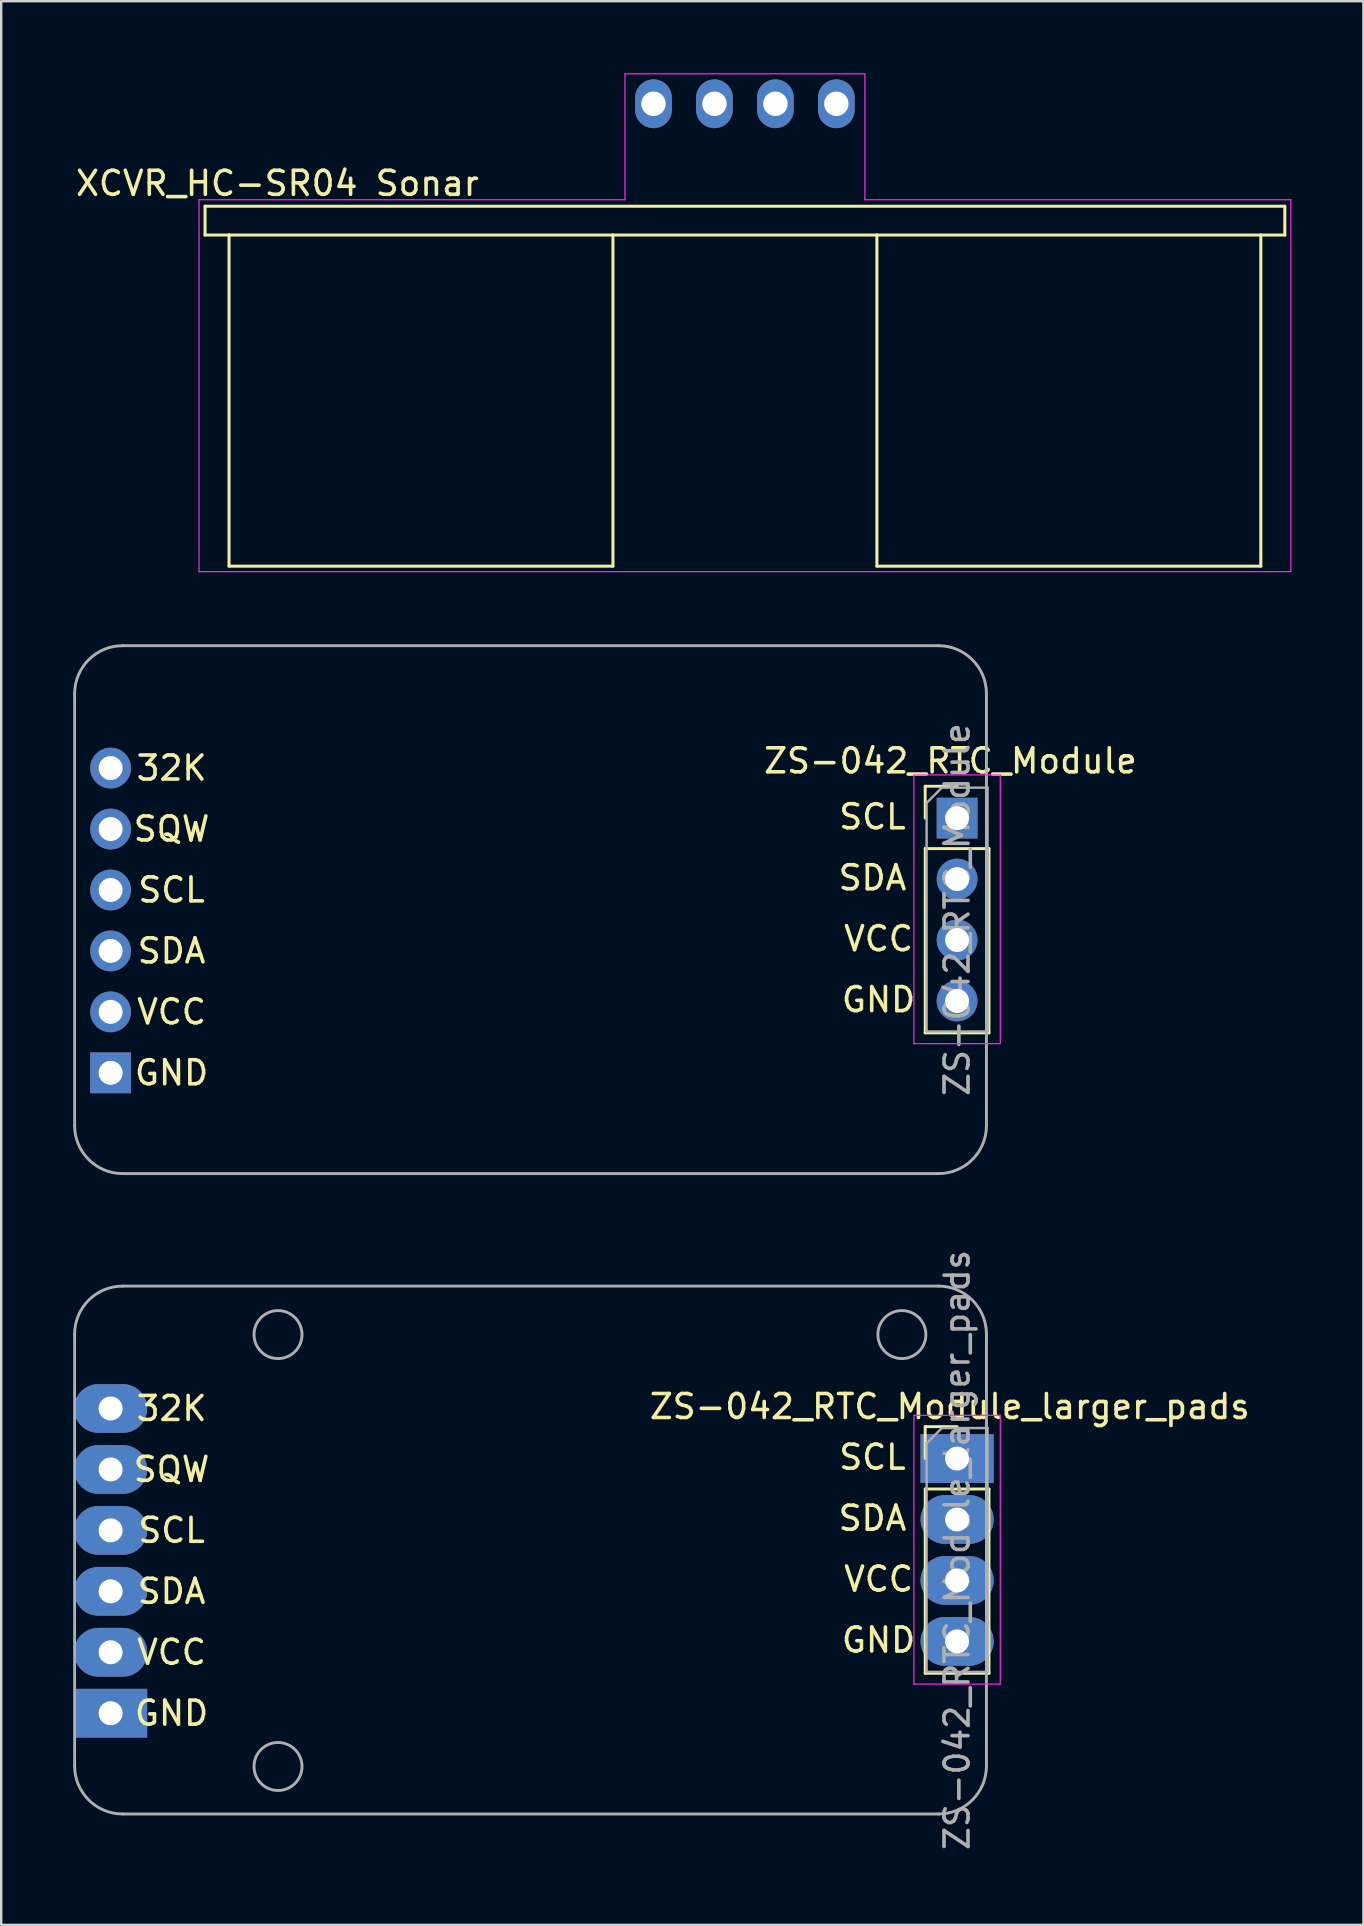
<source format=kicad_pcb>
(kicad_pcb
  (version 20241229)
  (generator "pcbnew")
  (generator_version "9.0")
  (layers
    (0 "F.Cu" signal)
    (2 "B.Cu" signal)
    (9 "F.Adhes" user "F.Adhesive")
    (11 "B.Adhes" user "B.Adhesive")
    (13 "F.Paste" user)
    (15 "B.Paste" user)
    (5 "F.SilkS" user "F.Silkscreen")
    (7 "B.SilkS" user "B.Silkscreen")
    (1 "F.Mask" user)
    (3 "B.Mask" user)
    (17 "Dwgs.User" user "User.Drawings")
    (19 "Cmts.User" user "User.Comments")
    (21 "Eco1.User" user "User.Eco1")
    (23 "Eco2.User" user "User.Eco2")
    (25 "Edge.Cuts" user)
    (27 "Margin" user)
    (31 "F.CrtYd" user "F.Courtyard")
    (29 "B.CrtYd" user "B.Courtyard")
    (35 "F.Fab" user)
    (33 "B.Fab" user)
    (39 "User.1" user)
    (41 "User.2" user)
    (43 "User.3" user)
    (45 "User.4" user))
  (footprint "XCVR_HC-SR04 Sonar"
    (layer "F.Cu")
    (at 27.995 1.275)
    (property "Reference" "XCVR_HC-SR04 Sonar" (at -19.485 3.317 0) (layer "F.SilkS") (effects (font (size 1.001 1.001) (thickness 0.15))))
    (attr through_hole)
    (fp_line (start -22.5 4.27) (end 22.5 4.27) (stroke (width 0.127) (type solid)) (layer "F.SilkS"))
    (fp_line (start -22.5 5.47) (end -22.5 4.27) (stroke (width 0.127) (type solid)) (layer "F.SilkS"))
    (fp_line (start -21.5 5.47) (end -22.5 5.47) (stroke (width 0.127) (type solid)) (layer "F.SilkS"))
    (fp_line (start -21.5 5.47) (end -21.5 19.27) (stroke (width 0.127) (type solid)) (layer "F.SilkS"))
    (fp_line (start -21.5 19.27) (end -5.5 19.27) (stroke (width 0.127) (type solid)) (layer "F.SilkS"))
    (fp_line (start -5.5 5.47) (end -21.5 5.47) (stroke (width 0.127) (type solid)) (layer "F.SilkS"))
    (fp_line (start -5.5 5.47) (end -5.5 19.27) (stroke (width 0.127) (type solid)) (layer "F.SilkS"))
    (fp_line (start 5.5 5.47) (end -5.5 5.47) (stroke (width 0.127) (type solid)) (layer "F.SilkS"))
    (fp_line (start 5.5 5.47) (end 5.5 19.27) (stroke (width 0.127) (type solid)) (layer "F.SilkS"))
    (fp_line (start 5.5 19.27) (end 21.5 19.27) (stroke (width 0.127) (type solid)) (layer "F.SilkS"))
    (fp_line (start 21.5 5.47) (end 5.5 5.47) (stroke (width 0.127) (type solid)) (layer "F.SilkS"))
    (fp_line (start 21.5 5.47) (end 21.5 19.27) (stroke (width 0.127) (type solid)) (layer "F.SilkS"))
    (fp_line (start 22.5 4.27) (end 22.5 5.47) (stroke (width 0.127) (type solid)) (layer "F.SilkS"))
    (fp_line (start 22.5 5.47) (end 21.5 5.47) (stroke (width 0.127) (type solid)) (layer "F.SilkS"))
    (fp_line (start -22.75 4) (end -22.75 19.5) (stroke (width 0.05) (type solid)) (layer "F.CrtYd"))
    (fp_line (start -22.75 19.5) (end 22.75 19.5) (stroke (width 0.05) (type solid)) (layer "F.CrtYd"))
    (fp_line (start -5 -1.25) (end -5 4) (stroke (width 0.05) (type solid)) (layer "F.CrtYd"))
    (fp_line (start -5 4) (end -22.75 4) (stroke (width 0.05) (type solid)) (layer "F.CrtYd"))
    (fp_line (start 5 -1.25) (end -5 -1.25) (stroke (width 0.05) (type solid)) (layer "F.CrtYd"))
    (fp_line (start 5 4) (end 5 -1.25) (stroke (width 0.05) (type solid)) (layer "F.CrtYd"))
    (fp_line (start 22.75 4) (end 5 4) (stroke (width 0.05) (type solid)) (layer "F.CrtYd"))
    (fp_line (start 22.75 19.5) (end 22.75 4) (stroke (width 0.05) (type solid)) (layer "F.CrtYd"))
    (pad "1" thru_hole oval (at -3.81 0) (size 1.53 2.032) (drill 1.02) (layers "*.Cu" "*.Mask"))
    (pad "2" thru_hole oval (at -1.27 0) (size 1.53 2.032) (drill 1.02) (layers "*.Cu" "*.Mask"))
    (pad "3" thru_hole oval (at 1.27 0) (size 1.53 2.032) (drill 1.02) (layers "*.Cu" "*.Mask"))
    (pad "4" thru_hole oval (at 3.81 0) (size 1.53 2.032) (drill 1.02) (layers "*.Cu" "*.Mask")))
  (footprint "ZS-042_RTC_Module"
    (layer "F.Cu")
    (at 1.56 41.66)
    (property "Reference" "ZS-042_RTC_Module" (at 35 -13 0) (layer "F.SilkS") (effects (font (size 1 1) (thickness 0.15))))
    (attr through_hole)
    (fp_line (start 33.947 -11.944) (end 35.277 -11.944) (stroke (width 0.12) (type solid)) (layer "F.SilkS"))
    (fp_line (start 33.947 -10.614) (end 33.947 -11.944) (stroke (width 0.12) (type solid)) (layer "F.SilkS"))
    (fp_line (start 33.947 -9.344) (end 33.947 -1.664) (stroke (width 0.12) (type solid)) (layer "F.SilkS"))
    (fp_line (start 33.947 -9.344) (end 36.607 -9.344) (stroke (width 0.12) (type solid)) (layer "F.SilkS"))
    (fp_line (start 33.947 -1.664) (end 36.607 -1.664) (stroke (width 0.12) (type solid)) (layer "F.SilkS"))
    (fp_line (start 36.607 -9.344) (end 36.607 -1.664) (stroke (width 0.12) (type solid)) (layer "F.SilkS"))
    (fp_line (start 33.477 -12.414) (end 33.477 -1.214) (stroke (width 0.05) (type solid)) (layer "F.CrtYd"))
    (fp_line (start 33.477 -1.214) (end 37.077 -1.214) (stroke (width 0.05) (type solid)) (layer "F.CrtYd"))
    (fp_line (start 37.077 -12.414) (end 33.477 -12.414) (stroke (width 0.05) (type solid)) (layer "F.CrtYd"))
    (fp_line (start 37.077 -1.214) (end 37.077 -12.414) (stroke (width 0.05) (type solid)) (layer "F.CrtYd"))
    (fp_line (start -1.5 -15.8) (end -1.5 2.2) (stroke (width 0.12) (type solid)) (layer "F.Fab"))
    (fp_line (start 0.5 4.2) (end 34.5 4.2) (stroke (width 0.12) (type solid)) (layer "F.Fab"))
    (fp_line (start 34.007 -11.249) (end 34.642 -11.884) (stroke (width 0.1) (type solid)) (layer "F.Fab"))
    (fp_line (start 34.007 -1.724) (end 34.007 -11.249) (stroke (width 0.1) (type solid)) (layer "F.Fab"))
    (fp_line (start 34.5 -17.8) (end 0.5 -17.8) (stroke (width 0.12) (type solid)) (layer "F.Fab"))
    (fp_line (start 34.642 -11.884) (end 36.547 -11.884) (stroke (width 0.1) (type solid)) (layer "F.Fab"))
    (fp_line (start 36.5 2.2) (end 36.5 -15.8) (stroke (width 0.12) (type solid)) (layer "F.Fab"))
    (fp_line (start 36.547 -11.884) (end 36.547 -1.724) (stroke (width 0.1) (type solid)) (layer "F.Fab"))
    (fp_line (start 36.547 -1.724) (end 34.007 -1.724) (stroke (width 0.1) (type solid)) (layer "F.Fab"))
    (fp_arc (start -1.5 -15.8) (mid -0.914214 -17.214214) (end 0.5 -17.8) (stroke (width 0.12) (type solid)) (layer "F.Fab"))
    (fp_arc (start 0.5 4.2) (mid -0.914214 3.614214) (end -1.5 2.2) (stroke (width 0.12) (type solid)) (layer "F.Fab"))
    (fp_arc (start 34.5 -17.8) (mid 35.914214 -17.214214) (end 36.5 -15.8) (stroke (width 0.12) (type solid)) (layer "F.Fab"))
    (fp_arc (start 36.5 2.2) (mid 35.914214 3.614214) (end 34.5 4.2) (stroke (width 0.12) (type solid)) (layer "F.Fab"))
    (fp_text user "VCC" (at 2.54 -2.54 0) (layer "F.SilkS") (effects (font (size 1 1) (thickness 0.15))))
    (fp_text user "SCL" (at 2.54 -7.62 0) (layer "F.SilkS") (effects (font (size 1 1) (thickness 0.15))))
    (fp_text user "32K" (at 2.54 -12.7 0) (layer "F.SilkS") (effects (font (size 1 1) (thickness 0.15))))
    (fp_text user "SDA" (at 31.75 -8.128 0) (layer "F.SilkS") (effects (font (size 1 1) (thickness 0.15))))
    (fp_text user "SDA" (at 2.54 -5.08 0) (layer "F.SilkS") (effects (font (size 1 1) (thickness 0.15))))
    (fp_text user "GND" (at 32.004 -3.048 0) (layer "F.SilkS") (effects (font (size 1 1) (thickness 0.15))))
    (fp_text user "VCC" (at 32.004 -5.588 0) (layer "F.SilkS") (effects (font (size 1 1) (thickness 0.15))))
    (fp_text user "GND" (at 2.54 0 0) (layer "F.SilkS") (effects (font (size 1 1) (thickness 0.15))))
    (fp_text user "SCL" (at 31.75 -10.668 0) (layer "F.SilkS") (effects (font (size 1 1) (thickness 0.15))))
    (fp_text user "SQW" (at 2.54 -10.16 0) (layer "F.SilkS") (effects (font (size 1 1) (thickness 0.15))))
    (fp_text user "${REFERENCE}" (at 35.277 -6.804 90) (layer "F.Fab") (effects (font (size 1 1) (thickness 0.15))))
    (pad "1" thru_hole oval (at 0 -7.62) (size 1.7 1.7) (drill 1) (layers "*.Cu" "*.Mask"))
    (pad "1" thru_hole rect (at 35.277 -10.614) (size 1.7 1.7) (drill 1) (layers "*.Cu" "*.Mask"))
    (pad "2" thru_hole oval (at 0 -5.08) (size 1.7 1.7) (drill 1) (layers "*.Cu" "*.Mask"))
    (pad "2" thru_hole oval (at 35.277 -8.074) (size 1.7 1.7) (drill 1) (layers "*.Cu" "*.Mask"))
    (pad "3" thru_hole oval (at 0 -2.54) (size 1.7 1.7) (drill 1) (layers "*.Cu" "*.Mask"))
    (pad "3" thru_hole oval (at 35.277 -5.534) (size 1.7 1.7) (drill 1) (layers "*.Cu" "*.Mask"))
    (pad "4" thru_hole rect (at 0 0) (size 1.7 1.7) (drill 1) (layers "*.Cu" "*.Mask"))
    (pad "4" thru_hole oval (at 35.277 -2.994) (size 1.7 1.7) (drill 1) (layers "*.Cu" "*.Mask"))
    (pad "5" thru_hole oval (at 0 -12.7) (size 1.7 1.7) (drill 1) (layers "*.Cu" "*.Mask"))
    (pad "6" thru_hole oval (at 0 -10.16) (size 1.7 1.7) (drill 1) (layers "*.Cu" "*.Mask")))
  (footprint "ZS-042_RTC_Module_larger_pads"
    (layer "F.Cu")
    (at 38.036 50.569)
    (property "Reference" "ZS-042_RTC_Module_larger_pads" (at -1.5 5 0) (layer "F.SilkS") (effects (font (size 1 1) (thickness 0.15))))
    (attr through_hole)
    (fp_line (start -2.529 5.836) (end -1.199 5.836) (stroke (width 0.12) (type solid)) (layer "F.SilkS"))
    (fp_line (start -2.529 7.166) (end -2.529 5.836) (stroke (width 0.12) (type solid)) (layer "F.SilkS"))
    (fp_line (start -2.529 8.436) (end -2.529 16.116) (stroke (width 0.12) (type solid)) (layer "F.SilkS"))
    (fp_line (start -2.529 8.436) (end 0.131 8.436) (stroke (width 0.12) (type solid)) (layer "F.SilkS"))
    (fp_line (start -2.529 16.116) (end 0.131 16.116) (stroke (width 0.12) (type solid)) (layer "F.SilkS"))
    (fp_line (start 0.131 8.436) (end 0.131 16.116) (stroke (width 0.12) (type solid)) (layer "F.SilkS"))
    (fp_line (start -2.999 5.366) (end -2.999 16.566) (stroke (width 0.05) (type solid)) (layer "F.CrtYd"))
    (fp_line (start -2.999 16.566) (end 0.601 16.566) (stroke (width 0.05) (type solid)) (layer "F.CrtYd"))
    (fp_line (start 0.601 5.366) (end -2.999 5.366) (stroke (width 0.05) (type solid)) (layer "F.CrtYd"))
    (fp_line (start 0.601 16.566) (end 0.601 5.366) (stroke (width 0.05) (type solid)) (layer "F.CrtYd"))
    (fp_line (start -37.976 1.98) (end -37.976 19.98) (stroke (width 0.12) (type solid)) (layer "F.Fab"))
    (fp_line (start -35.976 21.98) (end -1.976 21.98) (stroke (width 0.12) (type solid)) (layer "F.Fab"))
    (fp_line (start -2.469 6.531) (end -1.834 5.896) (stroke (width 0.1) (type solid)) (layer "F.Fab"))
    (fp_line (start -2.469 16.056) (end -2.469 6.531) (stroke (width 0.1) (type solid)) (layer "F.Fab"))
    (fp_line (start -1.976 -0.02) (end -35.976 -0.02) (stroke (width 0.12) (type solid)) (layer "F.Fab"))
    (fp_line (start -1.834 5.896) (end 0.071 5.896) (stroke (width 0.1) (type solid)) (layer "F.Fab"))
    (fp_line (start 0.024 19.98) (end 0.024 1.98) (stroke (width 0.12) (type solid)) (layer "F.Fab"))
    (fp_line (start 0.071 5.896) (end 0.071 16.056) (stroke (width 0.1) (type solid)) (layer "F.Fab"))
    (fp_line (start 0.071 16.056) (end -2.469 16.056) (stroke (width 0.1) (type solid)) (layer "F.Fab"))
    (fp_arc (start -37.976 1.98) (mid -37.390214 0.565786) (end -35.976 -0.02) (stroke (width 0.12) (type solid)) (layer "F.Fab"))
    (fp_arc (start -35.976 21.98) (mid -37.390214 21.394214) (end -37.976 19.98) (stroke (width 0.12) (type solid)) (layer "F.Fab"))
    (fp_arc (start -1.976 -0.02) (mid -0.561786 0.565786) (end 0.024 1.98) (stroke (width 0.12) (type solid)) (layer "F.Fab"))
    (fp_arc (start 0.024 19.98) (mid -0.561786 21.394214) (end -1.976 21.98) (stroke (width 0.12) (type solid)) (layer "F.Fab"))
    (fp_circle (center -29.5 2) (end -29.5 1) (stroke (width 0.12) (type solid)) (fill no) (layer "F.Fab"))
    (fp_circle (center -29.5 20) (end -29.5 19) (stroke (width 0.12) (type solid)) (fill no) (layer "F.Fab"))
    (fp_circle (center -3.5 2) (end -3.5 1) (stroke (width 0.12) (type solid)) (fill no) (layer "F.Fab"))
    (fp_text user "SDA" (at -4.726 9.652 0) (layer "F.SilkS") (effects (font (size 1 1) (thickness 0.15))))
    (fp_text user "32K" (at -33.936 5.08 0) (layer "F.SilkS") (effects (font (size 1 1) (thickness 0.15))))
    (fp_text user "SQW" (at -33.936 7.62 0) (layer "F.SilkS") (effects (font (size 1 1) (thickness 0.15))))
    (fp_text user "VCC" (at -33.936 15.24 0) (layer "F.SilkS") (effects (font (size 1 1) (thickness 0.15))))
    (fp_text user "VCC" (at -4.472 12.192 0) (layer "F.SilkS") (effects (font (size 1 1) (thickness 0.15))))
    (fp_text user "SCL" (at -4.726 7.112 0) (layer "F.SilkS") (effects (font (size 1 1) (thickness 0.15))))
    (fp_text user "GND" (at -4.472 14.732 0) (layer "F.SilkS") (effects (font (size 1 1) (thickness 0.15))))
    (fp_text user "SCL" (at -33.936 10.16 0) (layer "F.SilkS") (effects (font (size 1 1) (thickness 0.15))))
    (fp_text user "GND" (at -33.936 17.78 0) (layer "F.SilkS") (effects (font (size 1 1) (thickness 0.15))))
    (fp_text user "SDA" (at -33.936 12.7 0) (layer "F.SilkS") (effects (font (size 1 1) (thickness 0.15))))
    (fp_text user "${REFERENCE}" (at -1.199 10.976 90) (layer "F.Fab") (effects (font (size 1 1) (thickness 0.15))))
    (pad "1" thru_hole oval (at -36.476 10.16) (size 3.048 2.032) (drill 1) (layers "*.Cu" "*.Mask"))
    (pad "1" thru_hole rect (at -1.199 7.166) (size 3.048 2.032) (drill 1) (layers "*.Cu" "*.Mask"))
    (pad "2" thru_hole oval (at -36.476 12.7) (size 3.048 2.032) (drill 1) (layers "*.Cu" "*.Mask"))
    (pad "2" thru_hole oval (at -1.199 9.706) (size 3.048 2.032) (drill 1) (layers "*.Cu" "*.Mask"))
    (pad "3" thru_hole oval (at -36.476 15.24) (size 3.048 2.032) (drill 1) (layers "*.Cu" "*.Mask"))
    (pad "3" thru_hole oval (at -1.199 12.246) (size 3.048 2.032) (drill 1) (layers "*.Cu" "*.Mask"))
    (pad "4" thru_hole rect (at -36.476 17.78) (size 3.048 2.032) (drill 1) (layers "*.Cu" "*.Mask"))
    (pad "4" thru_hole oval (at -1.199 14.786) (size 3.048 2.032) (drill 1) (layers "*.Cu" "*.Mask"))
    (pad "5" thru_hole oval (at -36.476 5.08) (size 3.048 2.032) (drill 1) (layers "*.Cu" "*.Mask"))
    (pad "6" thru_hole oval (at -36.476 7.62) (size 3.048 2.032) (drill 1) (layers "*.Cu" "*.Mask")))
  (gr_rect
    (start -3 -3)
    (end 53.77 77.17)
    (stroke (width 0.1) (type default))
    (fill no)
    (layer "Edge.Cuts")))
</source>
